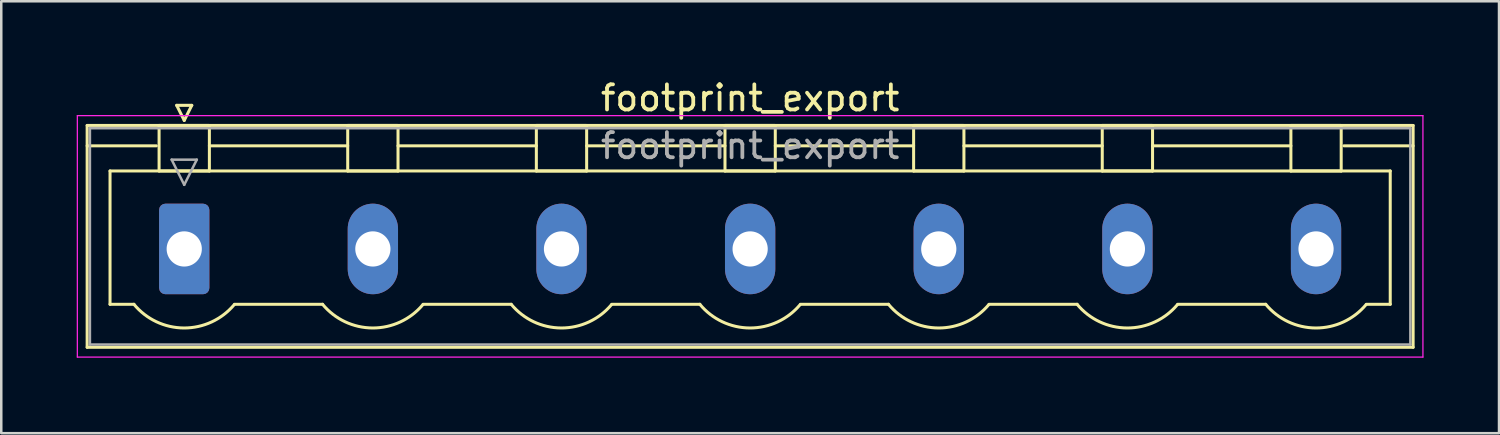
<source format=kicad_pcb>
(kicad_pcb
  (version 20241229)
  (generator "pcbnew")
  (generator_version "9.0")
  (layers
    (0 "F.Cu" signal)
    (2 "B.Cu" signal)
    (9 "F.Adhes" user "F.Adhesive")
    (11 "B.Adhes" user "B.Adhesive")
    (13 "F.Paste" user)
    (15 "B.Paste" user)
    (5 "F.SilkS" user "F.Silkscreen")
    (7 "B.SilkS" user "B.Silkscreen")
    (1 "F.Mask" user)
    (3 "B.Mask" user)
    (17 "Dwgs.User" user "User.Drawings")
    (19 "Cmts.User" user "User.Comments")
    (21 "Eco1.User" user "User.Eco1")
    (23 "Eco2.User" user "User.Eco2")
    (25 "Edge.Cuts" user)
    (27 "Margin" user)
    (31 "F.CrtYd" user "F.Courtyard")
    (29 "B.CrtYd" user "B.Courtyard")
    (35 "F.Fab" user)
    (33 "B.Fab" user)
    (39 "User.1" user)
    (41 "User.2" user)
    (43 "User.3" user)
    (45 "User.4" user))
  (footprint "footprint_export"
    (layer "F.Cu")
    (at 4.275 6.848)
    (property "Reference" "footprint_export" (at 22.5 -6 0) (layer "F.SilkS") (effects (font (size 1 1) (thickness 0.15))))
    (attr through_hole)
    (fp_line (start -3.86 -4.91) (end -3.86 3.91) (stroke (width 0.12) (type solid)) (layer "F.SilkS"))
    (fp_line (start -3.86 -4.1) (end -1.11 -4.1) (stroke (width 0.12) (type solid)) (layer "F.SilkS"))
    (fp_line (start -3.86 3.91) (end 48.86 3.91) (stroke (width 0.12) (type solid)) (layer "F.SilkS"))
    (fp_line (start -2.95 -3.1) (end 47.95 -3.1) (stroke (width 0.12) (type solid)) (layer "F.SilkS"))
    (fp_line (start -2.95 2.2) (end -2.95 -3.1) (stroke (width 0.12) (type solid)) (layer "F.SilkS"))
    (fp_line (start -2 2.2) (end -2.95 2.2) (stroke (width 0.12) (type solid)) (layer "F.SilkS"))
    (fp_line (start -1 -4.91) (end 1 -4.91) (stroke (width 0.12) (type solid)) (layer "F.SilkS"))
    (fp_line (start -1 -3.1) (end -1 -4.91) (stroke (width 0.12) (type solid)) (layer "F.SilkS"))
    (fp_line (start -0.3 -5.71) (end 0.3 -5.71) (stroke (width 0.12) (type solid)) (layer "F.SilkS"))
    (fp_line (start 0 -5.11) (end -0.3 -5.71) (stroke (width 0.12) (type solid)) (layer "F.SilkS"))
    (fp_line (start 0.3 -5.71) (end 0 -5.11) (stroke (width 0.12) (type solid)) (layer "F.SilkS"))
    (fp_line (start 1 -4.91) (end 1 -3.1) (stroke (width 0.12) (type solid)) (layer "F.SilkS"))
    (fp_line (start 1 -4.1) (end 6.5 -4.1) (stroke (width 0.12) (type solid)) (layer "F.SilkS"))
    (fp_line (start 1 -3.1) (end -1 -3.1) (stroke (width 0.12) (type solid)) (layer "F.SilkS"))
    (fp_line (start 2 2.2) (end 5.5 2.2) (stroke (width 0.12) (type solid)) (layer "F.SilkS"))
    (fp_line (start 6.5 -4.91) (end 8.5 -4.91) (stroke (width 0.12) (type solid)) (layer "F.SilkS"))
    (fp_line (start 6.5 -3.1) (end 6.5 -4.91) (stroke (width 0.12) (type solid)) (layer "F.SilkS"))
    (fp_line (start 8.5 -4.91) (end 8.5 -3.1) (stroke (width 0.12) (type solid)) (layer "F.SilkS"))
    (fp_line (start 8.5 -4.1) (end 14 -4.1) (stroke (width 0.12) (type solid)) (layer "F.SilkS"))
    (fp_line (start 8.5 -3.1) (end 6.5 -3.1) (stroke (width 0.12) (type solid)) (layer "F.SilkS"))
    (fp_line (start 9.5 2.2) (end 13 2.2) (stroke (width 0.12) (type solid)) (layer "F.SilkS"))
    (fp_line (start 14 -4.91) (end 16 -4.91) (stroke (width 0.12) (type solid)) (layer "F.SilkS"))
    (fp_line (start 14 -3.1) (end 14 -4.91) (stroke (width 0.12) (type solid)) (layer "F.SilkS"))
    (fp_line (start 16 -4.91) (end 16 -3.1) (stroke (width 0.12) (type solid)) (layer "F.SilkS"))
    (fp_line (start 16 -4.1) (end 21.5 -4.1) (stroke (width 0.12) (type solid)) (layer "F.SilkS"))
    (fp_line (start 16 -3.1) (end 14 -3.1) (stroke (width 0.12) (type solid)) (layer "F.SilkS"))
    (fp_line (start 17 2.2) (end 20.5 2.2) (stroke (width 0.12) (type solid)) (layer "F.SilkS"))
    (fp_line (start 21.5 -4.91) (end 23.5 -4.91) (stroke (width 0.12) (type solid)) (layer "F.SilkS"))
    (fp_line (start 21.5 -3.1) (end 21.5 -4.91) (stroke (width 0.12) (type solid)) (layer "F.SilkS"))
    (fp_line (start 23.5 -4.91) (end 23.5 -3.1) (stroke (width 0.12) (type solid)) (layer "F.SilkS"))
    (fp_line (start 23.5 -4.1) (end 29 -4.1) (stroke (width 0.12) (type solid)) (layer "F.SilkS"))
    (fp_line (start 23.5 -3.1) (end 21.5 -3.1) (stroke (width 0.12) (type solid)) (layer "F.SilkS"))
    (fp_line (start 24.5 2.2) (end 28 2.2) (stroke (width 0.12) (type solid)) (layer "F.SilkS"))
    (fp_line (start 29 -4.91) (end 31 -4.91) (stroke (width 0.12) (type solid)) (layer "F.SilkS"))
    (fp_line (start 29 -3.1) (end 29 -4.91) (stroke (width 0.12) (type solid)) (layer "F.SilkS"))
    (fp_line (start 31 -4.91) (end 31 -3.1) (stroke (width 0.12) (type solid)) (layer "F.SilkS"))
    (fp_line (start 31 -4.1) (end 36.5 -4.1) (stroke (width 0.12) (type solid)) (layer "F.SilkS"))
    (fp_line (start 31 -3.1) (end 29 -3.1) (stroke (width 0.12) (type solid)) (layer "F.SilkS"))
    (fp_line (start 32 2.2) (end 35.5 2.2) (stroke (width 0.12) (type solid)) (layer "F.SilkS"))
    (fp_line (start 36.5 -4.91) (end 38.5 -4.91) (stroke (width 0.12) (type solid)) (layer "F.SilkS"))
    (fp_line (start 36.5 -3.1) (end 36.5 -4.91) (stroke (width 0.12) (type solid)) (layer "F.SilkS"))
    (fp_line (start 38.5 -4.91) (end 38.5 -3.1) (stroke (width 0.12) (type solid)) (layer "F.SilkS"))
    (fp_line (start 38.5 -4.1) (end 44 -4.1) (stroke (width 0.12) (type solid)) (layer "F.SilkS"))
    (fp_line (start 38.5 -3.1) (end 36.5 -3.1) (stroke (width 0.12) (type solid)) (layer "F.SilkS"))
    (fp_line (start 39.5 2.2) (end 43 2.2) (stroke (width 0.12) (type solid)) (layer "F.SilkS"))
    (fp_line (start 44 -4.91) (end 46 -4.91) (stroke (width 0.12) (type solid)) (layer "F.SilkS"))
    (fp_line (start 44 -3.1) (end 44 -4.91) (stroke (width 0.12) (type solid)) (layer "F.SilkS"))
    (fp_line (start 46 -4.91) (end 46 -3.1) (stroke (width 0.12) (type solid)) (layer "F.SilkS"))
    (fp_line (start 46 -3.1) (end 44 -3.1) (stroke (width 0.12) (type solid)) (layer "F.SilkS"))
    (fp_line (start 47.95 -3.1) (end 47.95 2.2) (stroke (width 0.12) (type solid)) (layer "F.SilkS"))
    (fp_line (start 47.95 2.2) (end 47 2.2) (stroke (width 0.12) (type solid)) (layer "F.SilkS"))
    (fp_line (start 48.86 -4.91) (end -3.86 -4.91) (stroke (width 0.12) (type solid)) (layer "F.SilkS"))
    (fp_line (start 48.86 -4.1) (end 46.11 -4.1) (stroke (width 0.12) (type solid)) (layer "F.SilkS"))
    (fp_line (start 48.86 3.91) (end 48.86 -4.91) (stroke (width 0.12) (type solid)) (layer "F.SilkS"))
    (fp_arc (start 1.986842 2.215821) (mid -0.010289 3.142758) (end -2 2.2) (stroke (width 0.12) (type solid)) (layer "F.SilkS"))
    (fp_arc (start 9.486842 2.215821) (mid 7.489711 3.142758) (end 5.5 2.2) (stroke (width 0.12) (type solid)) (layer "F.SilkS"))
    (fp_arc (start 16.986842 2.215821) (mid 14.989711 3.142758) (end 13 2.2) (stroke (width 0.12) (type solid)) (layer "F.SilkS"))
    (fp_arc (start 24.486842 2.215821) (mid 22.489711 3.142758) (end 20.5 2.2) (stroke (width 0.12) (type solid)) (layer "F.SilkS"))
    (fp_arc (start 31.986842 2.215821) (mid 29.989711 3.142758) (end 28 2.2) (stroke (width 0.12) (type solid)) (layer "F.SilkS"))
    (fp_arc (start 39.486842 2.215821) (mid 37.489711 3.142758) (end 35.5 2.2) (stroke (width 0.12) (type solid)) (layer "F.SilkS"))
    (fp_arc (start 46.986842 2.215821) (mid 44.989711 3.142758) (end 43 2.2) (stroke (width 0.12) (type solid)) (layer "F.SilkS"))
    (fp_line (start -4.25 -5.3) (end -4.25 4.3) (stroke (width 0.05) (type solid)) (layer "F.CrtYd"))
    (fp_line (start -4.25 4.3) (end 49.25 4.3) (stroke (width 0.05) (type solid)) (layer "F.CrtYd"))
    (fp_line (start 49.25 -5.3) (end -4.25 -5.3) (stroke (width 0.05) (type solid)) (layer "F.CrtYd"))
    (fp_line (start 49.25 4.3) (end 49.25 -5.3) (stroke (width 0.05) (type solid)) (layer "F.CrtYd"))
    (fp_line (start -3.75 -4.8) (end -3.75 3.8) (stroke (width 0.1) (type solid)) (layer "F.Fab"))
    (fp_line (start -3.75 3.8) (end 48.75 3.8) (stroke (width 0.1) (type solid)) (layer "F.Fab"))
    (fp_line (start -0.5 -3.55) (end 0.5 -3.55) (stroke (width 0.1) (type solid)) (layer "F.Fab"))
    (fp_line (start 0 -2.55) (end -0.5 -3.55) (stroke (width 0.1) (type solid)) (layer "F.Fab"))
    (fp_line (start 0.5 -3.55) (end 0 -2.55) (stroke (width 0.1) (type solid)) (layer "F.Fab"))
    (fp_line (start 48.75 -4.8) (end -3.75 -4.8) (stroke (width 0.1) (type solid)) (layer "F.Fab"))
    (fp_line (start 48.75 3.8) (end 48.75 -4.8) (stroke (width 0.1) (type solid)) (layer "F.Fab"))
    (fp_text user "${REFERENCE}" (at 22.5 -4.1 0) (layer "F.Fab") (effects (font (size 1 1) (thickness 0.15))))
    (pad "1" thru_hole roundrect (at 0 0) (size 2 3.6) (drill 1.4) (layers "*.Cu" "*.Mask") (roundrect_rratio 0.125))
    (pad "2" thru_hole oval (at 7.5 0) (size 2 3.6) (drill 1.4) (layers "*.Cu" "*.Mask"))
    (pad "3" thru_hole oval (at 15 0) (size 2 3.6) (drill 1.4) (layers "*.Cu" "*.Mask"))
    (pad "4" thru_hole oval (at 22.5 0) (size 2 3.6) (drill 1.4) (layers "*.Cu" "*.Mask"))
    (pad "5" thru_hole oval (at 30 0) (size 2 3.6) (drill 1.4) (layers "*.Cu" "*.Mask"))
    (pad "6" thru_hole oval (at 37.5 0) (size 2 3.6) (drill 1.4) (layers "*.Cu" "*.Mask"))
    (pad "7" thru_hole oval (at 45 0) (size 2 3.6) (drill 1.4) (layers "*.Cu" "*.Mask")))
  (gr_rect
    (start -3 -3)
    (end 56.55 14.173)
    (stroke (width 0.1) (type default))
    (fill no)
    (layer "Edge.Cuts")))
</source>
